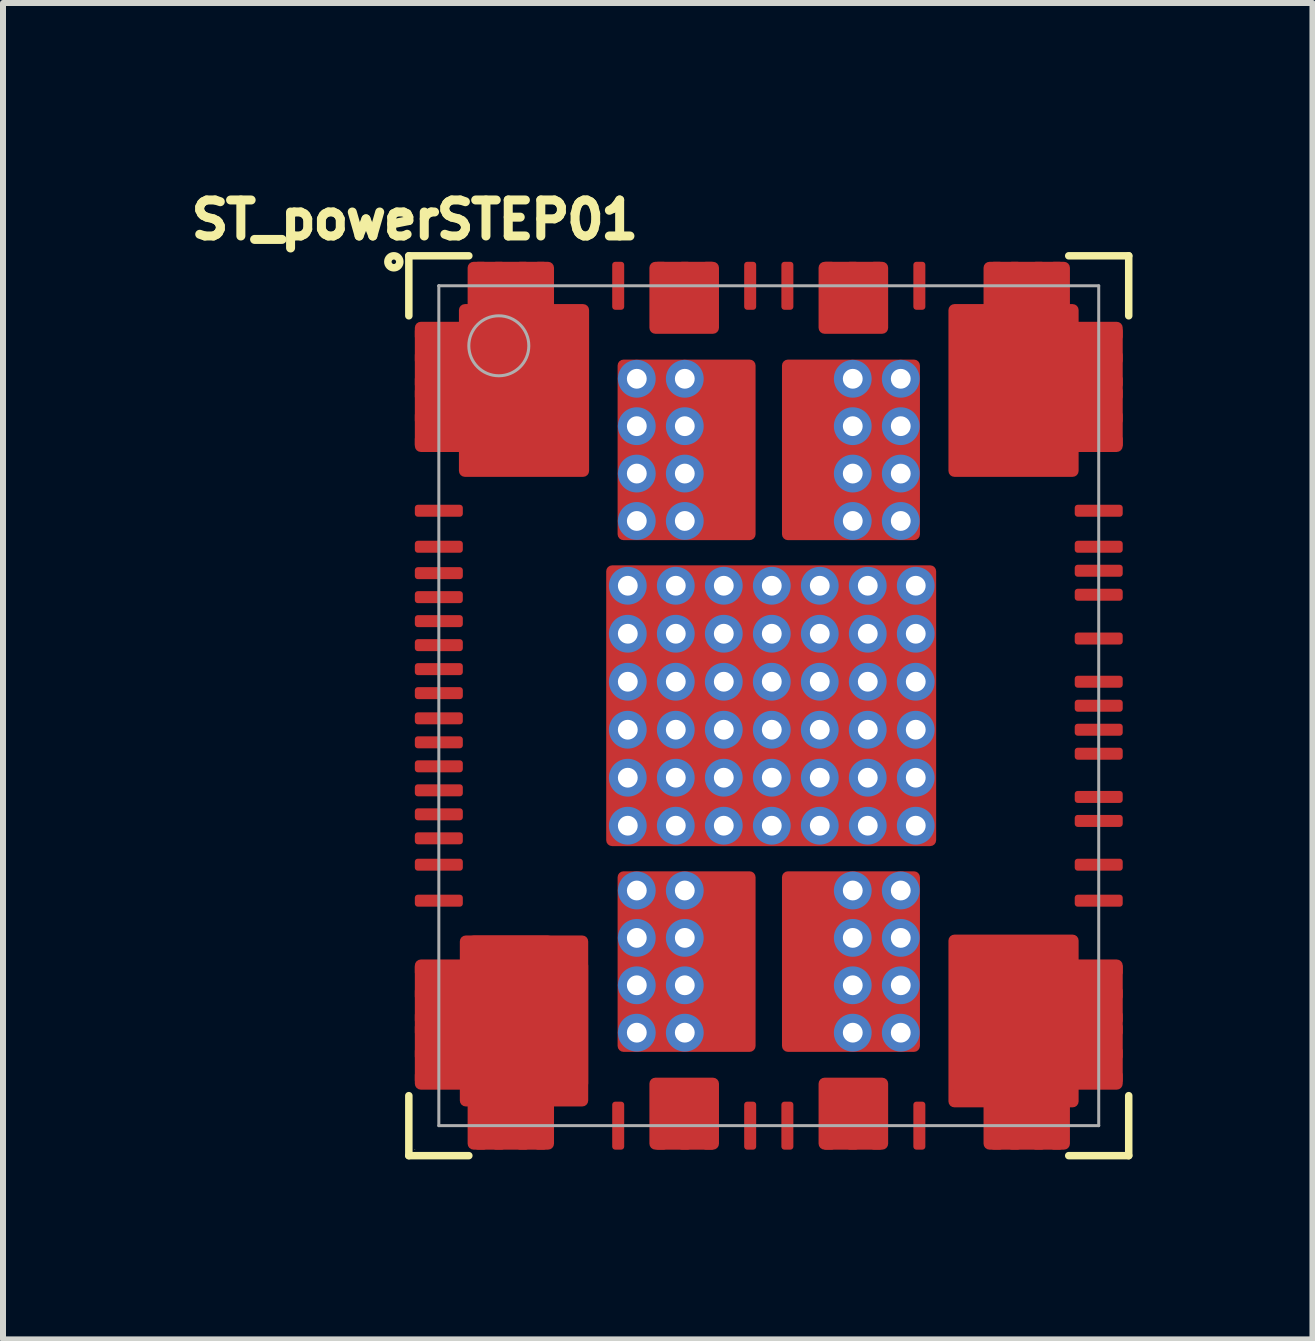
<source format=kicad_pcb>
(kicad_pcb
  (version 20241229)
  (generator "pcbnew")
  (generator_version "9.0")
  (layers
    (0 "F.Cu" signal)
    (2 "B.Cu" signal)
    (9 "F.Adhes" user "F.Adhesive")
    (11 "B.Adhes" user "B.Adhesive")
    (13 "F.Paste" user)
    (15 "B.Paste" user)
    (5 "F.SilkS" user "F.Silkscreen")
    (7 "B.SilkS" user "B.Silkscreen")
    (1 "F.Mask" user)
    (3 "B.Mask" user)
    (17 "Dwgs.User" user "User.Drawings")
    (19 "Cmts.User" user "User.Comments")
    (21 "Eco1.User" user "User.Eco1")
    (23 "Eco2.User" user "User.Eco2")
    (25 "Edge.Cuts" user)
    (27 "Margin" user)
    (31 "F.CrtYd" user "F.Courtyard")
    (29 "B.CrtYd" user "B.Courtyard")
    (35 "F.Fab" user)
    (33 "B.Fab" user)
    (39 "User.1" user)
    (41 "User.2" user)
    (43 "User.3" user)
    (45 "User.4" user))
  (footprint "ST_powerSTEP01"
    (layer "F.Cu")
    (at 9.765 8.714)
    (property "Reference" "ST_powerSTEP01" (at -5.9 -8.1 180) (layer "F.SilkS") (effects (font (size 0.6 0.6) (thickness 0.15))))
    (attr smd)
    (fp_line (start -6 -7.5) (end -6 -6.5) (stroke (width 0.125) (type solid)) (layer "F.SilkS"))
    (fp_line (start -6 -7.5) (end -5 -7.5) (stroke (width 0.125) (type solid)) (layer "F.SilkS"))
    (fp_line (start -6 7.5) (end -6 6.5) (stroke (width 0.125) (type solid)) (layer "F.SilkS"))
    (fp_line (start -6 7.5) (end -5 7.5) (stroke (width 0.125) (type solid)) (layer "F.SilkS"))
    (fp_line (start -5.9 7.4) (end -5.9 7.4) (stroke (width 0.01) (type solid)) (layer "F.SilkS"))
    (fp_line (start 6 -7.5) (end 5 -7.5) (stroke (width 0.125) (type solid)) (layer "F.SilkS"))
    (fp_line (start 6 -7.5) (end 6 -6.5) (stroke (width 0.125) (type solid)) (layer "F.SilkS"))
    (fp_line (start 6 7.5) (end 5 7.5) (stroke (width 0.125) (type solid)) (layer "F.SilkS"))
    (fp_line (start 6 7.5) (end 6 6.5) (stroke (width 0.125) (type solid)) (layer "F.SilkS"))
    (fp_circle (center -6.25 -7.4) (end -6.15 -7.4) (stroke (width 0.125) (type solid)) (fill no) (layer "F.SilkS"))
    (fp_line (start -5.5 -7) (end -5.5 -7) (stroke (width 0.05) (type solid)) (layer "F.Fab"))
    (fp_line (start -5.5 -7) (end 5.5 -7) (stroke (width 0.05) (type solid)) (layer "F.Fab"))
    (fp_line (start -5.5 7) (end -5.5 -7) (stroke (width 0.05) (type solid)) (layer "F.Fab"))
    (fp_line (start 5.5 -7) (end 5.5 7) (stroke (width 0.05) (type solid)) (layer "F.Fab"))
    (fp_line (start 5.5 7) (end -5.5 7) (stroke (width 0.05) (type solid)) (layer "F.Fab"))
    (fp_circle (center -4.5 -6) (end -5 -6) (stroke (width 0.05) (type solid)) (fill no) (layer "F.Fab"))
    (pad "" smd roundrect (at -5.5 -3.25) (size 0.6 0.2) (layers "F.Paste") (roundrect_rratio 0.33))
    (pad "" smd roundrect (at -5.5 -2.65) (size 0.6 0.2) (layers "F.Paste") (roundrect_rratio 0.33))
    (pad "" smd roundrect (at -5.5 -2.21) (size 0.6 0.2) (layers "F.Paste") (roundrect_rratio 0.33))
    (pad "" smd roundrect (at -5.5 -1.81) (size 0.6 0.2) (layers "F.Paste") (roundrect_rratio 0.33))
    (pad "" smd roundrect (at -5.5 -1.41) (size 0.6 0.2) (layers "F.Paste") (roundrect_rratio 0.33))
    (pad "" smd roundrect (at -5.5 -1.01) (size 0.6 0.2) (layers "F.Paste") (roundrect_rratio 0.33))
    (pad "" smd roundrect (at -5.5 -0.61) (size 0.6 0.2) (layers "F.Paste") (roundrect_rratio 0.33))
    (pad "" smd roundrect (at -5.5 -0.21) (size 0.6 0.2) (layers "F.Paste") (roundrect_rratio 0.33))
    (pad "" smd roundrect (at -5.5 0.21 180) (size 0.6 0.2) (layers "F.Paste") (roundrect_rratio 0.33))
    (pad "" smd roundrect (at -5.5 0.61 180) (size 0.6 0.2) (layers "F.Paste") (roundrect_rratio 0.33))
    (pad "" smd roundrect (at -5.5 1.01 180) (size 0.6 0.2) (layers "F.Paste") (roundrect_rratio 0.33))
    (pad "" smd roundrect (at -5.5 1.41 180) (size 0.6 0.2) (layers "F.Paste") (roundrect_rratio 0.33))
    (pad "" smd roundrect (at -5.5 1.81 180) (size 0.6 0.2) (layers "F.Paste") (roundrect_rratio 0.33))
    (pad "" smd roundrect (at -5.5 2.21 180) (size 0.6 0.2) (layers "F.Paste") (roundrect_rratio 0.33))
    (pad "" smd roundrect (at -5.5 2.65 180) (size 0.6 0.2) (layers "F.Paste") (roundrect_rratio 0.33))
    (pad "" smd roundrect (at -5.5 3.25 180) (size 0.6 0.2) (layers "F.Paste") (roundrect_rratio 0.33))
    (pad "" smd roundrect (at -4.7 -6.05) (size 1 1.3) (layers "F.Paste") (roundrect_rratio 0.25))
    (pad "" smd roundrect (at -4.7 -4.45) (size 1 1.3) (layers "F.Paste") (roundrect_rratio 0.25))
    (pad "" smd roundrect (at -4.7 4.45) (size 1 1.3) (layers "F.Paste") (roundrect_rratio 0.25))
    (pad "" smd roundrect (at -4.7 6.05) (size 1 1.3) (layers "F.Paste") (roundrect_rratio 0.25))
    (pad "" smd roundrect (at -3.5 -6.05) (size 1 1.3) (layers "F.Paste") (roundrect_rratio 0.25))
    (pad "" smd roundrect (at -3.5 -4.45) (size 1 1.3) (layers "F.Paste") (roundrect_rratio 0.25))
    (pad "" smd roundrect (at -3.5 4.45) (size 1 1.3) (layers "F.Paste") (roundrect_rratio 0.25))
    (pad "" smd roundrect (at -3.5 6.05) (size 1 1.3) (layers "F.Paste") (roundrect_rratio 0.25))
    (pad "" smd roundrect (at -2.51 -7) (size 0.2 0.6) (layers "F.Paste") (roundrect_rratio 0.33))
    (pad "" smd roundrect (at -2.51 7) (size 0.2 0.6) (layers "F.Paste") (roundrect_rratio 0.33))
    (pad "" smd roundrect (at -2.05 -5.1) (size 1 1.4) (layers "F.Paste") (roundrect_rratio 0.25))
    (pad "" smd roundrect (at -2.05 -3.45) (size 1 1.4) (layers "F.Paste") (roundrect_rratio 0.25))
    (pad "" smd roundrect (at -2.05 3.45) (size 1 1.4) (layers "F.Paste") (roundrect_rratio 0.25))
    (pad "" smd roundrect (at -2.05 5.1) (size 1 1.4) (layers "F.Paste") (roundrect_rratio 0.25))
    (pad "" smd roundrect (at -1.95 -1.3) (size 1.15 1.15) (layers "F.Paste") (roundrect_rratio 0.25))
    (pad "" smd roundrect (at -1.95 0) (size 1.15 1.15) (layers "F.Paste") (roundrect_rratio 0.25))
    (pad "" smd roundrect (at -1.95 1.3) (size 1.15 1.15) (layers "F.Paste") (roundrect_rratio 0.25))
    (pad "" smd roundrect (at -1.41 -6.8) (size 1.16 0.9) (layers "F.Paste") (roundrect_rratio 0.33))
    (pad "" smd roundrect (at -1.41 6.8) (size 1.16 0.9) (layers "F.Paste") (roundrect_rratio 0.33))
    (pad "" smd roundrect (at -0.7 -5.1) (size 1 1.4) (layers "F.Paste") (roundrect_rratio 0.25))
    (pad "" smd roundrect (at -0.7 -3.45) (size 1 1.4) (layers "F.Paste") (roundrect_rratio 0.25))
    (pad "" smd roundrect (at -0.7 3.45) (size 1 1.4) (layers "F.Paste") (roundrect_rratio 0.25))
    (pad "" smd roundrect (at -0.7 5.1) (size 1 1.4) (layers "F.Paste") (roundrect_rratio 0.25))
    (pad "" smd roundrect (at -0.65 -1.3) (size 1.15 1.15) (layers "F.Paste") (roundrect_rratio 0.25))
    (pad "" smd roundrect (at -0.65 0) (size 1.15 1.15) (layers "F.Paste") (roundrect_rratio 0.25))
    (pad "" smd roundrect (at -0.65 1.3) (size 1.15 1.15) (layers "F.Paste") (roundrect_rratio 0.25))
    (pad "" smd roundrect (at -0.31 -7) (size 0.2 0.6) (layers "F.Paste") (roundrect_rratio 0.33))
    (pad "" smd roundrect (at -0.31 7) (size 0.2 0.6) (layers "F.Paste") (roundrect_rratio 0.33))
    (pad "" smd roundrect (at 0.31 -7) (size 0.2 0.6) (layers "F.Paste") (roundrect_rratio 0.33))
    (pad "" smd roundrect (at 0.31 7) (size 0.2 0.6) (layers "F.Paste") (roundrect_rratio 0.33))
    (pad "" smd roundrect (at 0.65 -1.3) (size 1.15 1.15) (layers "F.Paste") (roundrect_rratio 0.25))
    (pad "" smd roundrect (at 0.65 0) (size 1.15 1.15) (layers "F.Paste") (roundrect_rratio 0.25))
    (pad "" smd roundrect (at 0.65 1.3) (size 1.15 1.15) (layers "F.Paste") (roundrect_rratio 0.25))
    (pad "" smd roundrect (at 0.7 -5.1) (size 1 1.4) (layers "F.Paste") (roundrect_rratio 0.25))
    (pad "" smd roundrect (at 0.7 -3.45) (size 1 1.4) (layers "F.Paste") (roundrect_rratio 0.25))
    (pad "" smd roundrect (at 0.7 3.45) (size 1 1.4) (layers "F.Paste") (roundrect_rratio 0.25))
    (pad "" smd roundrect (at 0.7 5.1) (size 1 1.4) (layers "F.Paste") (roundrect_rratio 0.25))
    (pad "" smd roundrect (at 1.41 -6.8) (size 1.16 0.9) (layers "F.Paste") (roundrect_rratio 0.33))
    (pad "" smd roundrect (at 1.41 6.8) (size 1.16 0.9) (layers "F.Paste") (roundrect_rratio 0.33))
    (pad "" smd roundrect (at 1.95 -1.3) (size 1.15 1.15) (layers "F.Paste") (roundrect_rratio 0.25))
    (pad "" smd roundrect (at 1.95 0) (size 1.15 1.15) (layers "F.Paste") (roundrect_rratio 0.25))
    (pad "" smd roundrect (at 1.95 1.3) (size 1.15 1.15) (layers "F.Paste") (roundrect_rratio 0.25))
    (pad "" smd roundrect (at 2.05 -5.1) (size 1 1.4) (layers "F.Paste") (roundrect_rratio 0.25))
    (pad "" smd roundrect (at 2.05 -3.45) (size 1 1.4) (layers "F.Paste") (roundrect_rratio 0.25))
    (pad "" smd roundrect (at 2.05 3.45) (size 1 1.4) (layers "F.Paste") (roundrect_rratio 0.25))
    (pad "" smd roundrect (at 2.05 5.1) (size 1 1.4) (layers "F.Paste") (roundrect_rratio 0.25))
    (pad "" smd roundrect (at 2.51 -7) (size 0.2 0.6) (layers "F.Paste") (roundrect_rratio 0.33))
    (pad "" smd roundrect (at 2.51 7) (size 0.2 0.6) (layers "F.Paste") (roundrect_rratio 0.33))
    (pad "" smd roundrect (at 3.5 -6.05) (size 1 1.3) (layers "F.Paste") (roundrect_rratio 0.25))
    (pad "" smd roundrect (at 3.5 -4.45) (size 1 1.3) (layers "F.Paste") (roundrect_rratio 0.25))
    (pad "" smd roundrect (at 3.5 4.45) (size 1 1.3) (layers "F.Paste") (roundrect_rratio 0.25))
    (pad "" smd roundrect (at 3.5 6.05) (size 1 1.3) (layers "F.Paste") (roundrect_rratio 0.25))
    (pad "" smd roundrect (at 4.7 -6.05) (size 1 1.3) (layers "F.Paste") (roundrect_rratio 0.25))
    (pad "" smd roundrect (at 4.7 -4.45) (size 1 1.3) (layers "F.Paste") (roundrect_rratio 0.25))
    (pad "" smd roundrect (at 4.7 4.45) (size 1 1.3) (layers "F.Paste") (roundrect_rratio 0.25))
    (pad "" smd roundrect (at 4.7 6.05) (size 1 1.3) (layers "F.Paste") (roundrect_rratio 0.25))
    (pad "" smd roundrect (at 5.5 -3.25 180) (size 0.6 0.2) (layers "F.Paste") (roundrect_rratio 0.33))
    (pad "" smd roundrect (at 5.5 -2.65 180) (size 0.6 0.2) (layers "F.Paste") (roundrect_rratio 0.33))
    (pad "" smd roundrect (at 5.5 -2.25 180) (size 0.6 0.2) (layers "F.Paste") (roundrect_rratio 0.33))
    (pad "" smd roundrect (at 5.5 -1.85 180) (size 0.6 0.2) (layers "F.Paste") (roundrect_rratio 0.33))
    (pad "" smd roundrect (at 5.5 -1.12 180) (size 0.6 0.2) (layers "F.Paste") (roundrect_rratio 0.33))
    (pad "" smd roundrect (at 5.5 -0.4 180) (size 0.6 0.2) (layers "F.Paste") (roundrect_rratio 0.33))
    (pad "" smd roundrect (at 5.5 0 180) (size 0.6 0.2) (layers "F.Paste") (roundrect_rratio 0.33))
    (pad "" smd roundrect (at 5.5 0.4 180) (size 0.6 0.2) (layers "F.Paste") (roundrect_rratio 0.33))
    (pad "" smd roundrect (at 5.5 0.8 180) (size 0.6 0.2) (layers "F.Paste") (roundrect_rratio 0.33))
    (pad "" smd roundrect (at 5.5 1.52 180) (size 0.6 0.2) (layers "F.Paste") (roundrect_rratio 0.33))
    (pad "" smd roundrect (at 5.5 1.92 180) (size 0.6 0.2) (layers "F.Paste") (roundrect_rratio 0.33))
    (pad "" smd roundrect (at 5.5 2.65 180) (size 0.6 0.2) (layers "F.Paste") (roundrect_rratio 0.33))
    (pad "" smd roundrect (at 5.5 3.25 180) (size 0.6 0.2) (layers "F.Paste") (roundrect_rratio 0.33))
    (pad "1" smd roundrect (at -5.5 -6.2) (size 0.8 0.2) (layers "F.Cu" "F.Mask") (roundrect_rratio 0.25))
    (pad "2" smd roundrect (at -5.5 -5.8) (size 0.8 0.2) (layers "F.Cu" "F.Mask") (roundrect_rratio 0.25))
    (pad "3" smd roundrect (at -5.5 -5.4) (size 0.8 0.2) (layers "F.Cu" "F.Mask") (roundrect_rratio 0.25))
    (pad "4" smd roundrect (at -5.5 -5.2) (size 0.8 0.2) (layers "F.Cu" "F.Mask") (roundrect_rratio 0.25))
    (pad "5" smd roundrect (at -5.5 -4.8) (size 0.8 0.2) (layers "F.Cu" "F.Mask") (roundrect_rratio 0.25))
    (pad "6" smd roundrect (at -5.5 -4.4) (size 0.8 0.2) (layers "F.Cu" "F.Mask") (roundrect_rratio 0.25))
    (pad "7" smd roundrect (at -5.5 -3.25) (size 0.8 0.2) (layers "F.Cu" "F.Mask") (roundrect_rratio 0.25))
    (pad "8" smd roundrect (at -5.5 -2.65) (size 0.8 0.2) (layers "F.Cu" "F.Mask") (roundrect_rratio 0.25))
    (pad "9" smd roundrect (at -5.5 -2.21) (size 0.8 0.2) (layers "F.Cu" "F.Mask") (roundrect_rratio 0.25))
    (pad "10" smd roundrect (at -5.5 -1.81) (size 0.8 0.2) (layers "F.Cu" "F.Mask") (roundrect_rratio 0.25))
    (pad "11" smd roundrect (at -5.5 -1.41) (size 0.8 0.2) (layers "F.Cu" "F.Mask") (roundrect_rratio 0.25))
    (pad "12" smd roundrect (at -5.5 -1.01) (size 0.8 0.2) (layers "F.Cu" "F.Mask") (roundrect_rratio 0.25))
    (pad "13" smd roundrect (at -5.5 -0.61) (size 0.8 0.2) (layers "F.Cu" "F.Mask") (roundrect_rratio 0.25))
    (pad "14" smd roundrect (at -5.5 -0.21) (size 0.8 0.2) (layers "F.Cu" "F.Mask") (roundrect_rratio 0.25))
    (pad "15" smd roundrect (at -5.5 0.21 180) (size 0.8 0.2) (layers "F.Cu" "F.Mask") (roundrect_rratio 0.25))
    (pad "16" smd roundrect (at -5.5 0.61 180) (size 0.8 0.2) (layers "F.Cu" "F.Mask") (roundrect_rratio 0.25))
    (pad "17" smd roundrect (at -5.5 1.01 180) (size 0.8 0.2) (layers "F.Cu" "F.Mask") (roundrect_rratio 0.25))
    (pad "18" smd roundrect (at -5.5 1.41 180) (size 0.8 0.2) (layers "F.Cu" "F.Mask") (roundrect_rratio 0.25))
    (pad "19" smd roundrect (at -5.5 1.81 180) (size 0.8 0.2) (layers "F.Cu" "F.Mask") (roundrect_rratio 0.25))
    (pad "20" smd roundrect (at -5.5 2.21 180) (size 0.8 0.2) (layers "F.Cu" "F.Mask") (roundrect_rratio 0.25))
    (pad "21" smd roundrect (at -5.5 2.65 180) (size 0.8 0.2) (layers "F.Cu" "F.Mask") (roundrect_rratio 0.25))
    (pad "22" smd roundrect (at -5.5 3.25 180) (size 0.8 0.2) (layers "F.Cu" "F.Mask") (roundrect_rratio 0.25))
    (pad "23" smd roundrect (at -5.5 4.4) (size 0.8 0.2) (layers "F.Cu" "F.Mask") (roundrect_rratio 0.25))
    (pad "24" smd roundrect (at -5.5 4.8) (size 0.8 0.2) (layers "F.Cu" "F.Mask") (roundrect_rratio 0.25))
    (pad "25" smd roundrect (at -5.5 5.2) (size 0.8 0.2) (layers "F.Cu" "F.Mask") (roundrect_rratio 0.25))
    (pad "26" smd roundrect (at -5.5 5.4) (size 0.8 0.2) (layers "F.Cu" "F.Mask") (roundrect_rratio 0.25))
    (pad "27" smd roundrect (at -5.5 5.8) (size 0.8 0.2) (layers "F.Cu" "F.Mask") (roundrect_rratio 0.25))
    (pad "28" smd roundrect (at -5.5 6.2) (size 0.8 0.2) (layers "F.Cu" "F.Mask") (roundrect_rratio 0.25))
    (pad "29" smd roundrect (at -4.8 7) (size 0.2 0.8) (layers "F.Cu" "F.Mask") (roundrect_rratio 0.25))
    (pad "30" smd roundrect (at -4.5 7) (size 0.2 0.8) (layers "F.Cu" "F.Mask") (roundrect_rratio 0.25))
    (pad "31" smd roundrect (at -4.1 7) (size 0.2 0.8) (layers "F.Cu" "F.Mask") (roundrect_rratio 0.25))
    (pad "32" smd roundrect (at -3.8 7) (size 0.2 0.8) (layers "F.Cu" "F.Mask") (roundrect_rratio 0.25))
    (pad "33" smd roundrect (at -2.51 7) (size 0.2 0.8) (layers "F.Cu" "F.Mask") (roundrect_rratio 0.25))
    (pad "34" smd roundrect (at -1.8 7) (size 0.2 0.8) (layers "F.Cu" "F.Mask") (roundrect_rratio 0.25))
    (pad "35" smd roundrect (at -1.4 7) (size 0.2 0.8) (layers "F.Cu" "F.Mask") (roundrect_rratio 0.25))
    (pad "36" smd roundrect (at -1 7) (size 0.2 0.8) (layers "F.Cu" "F.Mask") (roundrect_rratio 0.25))
    (pad "37" smd roundrect (at -0.31 7) (size 0.2 0.8) (layers "F.Cu" "F.Mask") (roundrect_rratio 0.25))
    (pad "38" smd roundrect (at 0.31 7) (size 0.2 0.8) (layers "F.Cu" "F.Mask") (roundrect_rratio 0.25))
    (pad "39" smd roundrect (at 1 7) (size 0.2 0.8) (layers "F.Cu" "F.Mask") (roundrect_rratio 0.25))
    (pad "40" smd roundrect (at 1.4 7) (size 0.2 0.8) (layers "F.Cu" "F.Mask") (roundrect_rratio 0.25))
    (pad "41" smd roundrect (at 1.8 7) (size 0.2 0.8) (layers "F.Cu" "F.Mask") (roundrect_rratio 0.25))
    (pad "42" smd roundrect (at 2.51 7) (size 0.2 0.8) (layers "F.Cu" "F.Mask") (roundrect_rratio 0.25))
    (pad "43" smd roundrect (at 3.8 7) (size 0.2 0.8) (layers "F.Cu" "F.Mask") (roundrect_rratio 0.25))
    (pad "44" smd roundrect (at 4.1 7) (size 0.2 0.8) (layers "F.Cu" "F.Mask") (roundrect_rratio 0.25))
    (pad "45" smd roundrect (at 4.5 7) (size 0.2 0.8) (layers "F.Cu" "F.Mask") (roundrect_rratio 0.25))
    (pad "46" smd roundrect (at 4.8 7) (size 0.2 0.8) (layers "F.Cu" "F.Mask") (roundrect_rratio 0.25))
    (pad "47" smd roundrect (at 5.5 6.2) (size 0.8 0.2) (layers "F.Cu" "F.Mask") (roundrect_rratio 0.25))
    (pad "48" smd roundrect (at 5.5 5.8) (size 0.8 0.2) (layers "F.Cu" "F.Mask") (roundrect_rratio 0.25))
    (pad "49" smd roundrect (at 5.5 5.4) (size 0.8 0.2) (layers "F.Cu" "F.Mask") (roundrect_rratio 0.25))
    (pad "50" smd roundrect (at 5.5 5.2) (size 0.8 0.2) (layers "F.Cu" "F.Mask") (roundrect_rratio 0.25))
    (pad "51" smd roundrect (at 5.5 4.8) (size 0.8 0.2) (layers "F.Cu" "F.Mask") (roundrect_rratio 0.25))
    (pad "52" smd roundrect (at 5.5 4.4) (size 0.8 0.2) (layers "F.Cu" "F.Mask") (roundrect_rratio 0.25))
    (pad "53" smd roundrect (at 5.5 3.25 180) (size 0.8 0.2) (layers "F.Cu" "F.Mask") (roundrect_rratio 0.25))
    (pad "54" smd roundrect (at 5.5 2.65 180) (size 0.8 0.2) (layers "F.Cu" "F.Mask") (roundrect_rratio 0.25))
    (pad "55" smd roundrect (at 5.5 1.92 180) (size 0.8 0.2) (layers "F.Cu" "F.Mask") (roundrect_rratio 0.25))
    (pad "56" smd roundrect (at 5.5 1.52 180) (size 0.8 0.2) (layers "F.Cu" "F.Mask") (roundrect_rratio 0.25))
    (pad "57" smd roundrect (at 5.5 0.8 180) (size 0.8 0.2) (layers "F.Cu" "F.Mask") (roundrect_rratio 0.25))
    (pad "58" smd roundrect (at 5.5 0.4 180) (size 0.8 0.2) (layers "F.Cu" "F.Mask") (roundrect_rratio 0.25))
    (pad "59" smd roundrect (at 5.5 0 180) (size 0.8 0.2) (layers "F.Cu" "F.Mask") (roundrect_rratio 0.25))
    (pad "60" smd roundrect (at 5.5 -0.4 180) (size 0.8 0.2) (layers "F.Cu" "F.Mask") (roundrect_rratio 0.25))
    (pad "61" smd roundrect (at 5.5 -1.12 180) (size 0.8 0.2) (layers "F.Cu" "F.Mask") (roundrect_rratio 0.25))
    (pad "62" smd roundrect (at 5.5 -1.85 180) (size 0.8 0.2) (layers "F.Cu" "F.Mask") (roundrect_rratio 0.25))
    (pad "63" smd roundrect (at 5.5 -2.25 180) (size 0.8 0.2) (layers "F.Cu" "F.Mask") (roundrect_rratio 0.25))
    (pad "64" smd roundrect (at 5.5 -2.65 180) (size 0.8 0.2) (layers "F.Cu" "F.Mask") (roundrect_rratio 0.25))
    (pad "65" smd roundrect (at 5.5 -3.25 180) (size 0.8 0.2) (layers "F.Cu" "F.Mask") (roundrect_rratio 0.25))
    (pad "66" smd roundrect (at 5.5 -4.4) (size 0.8 0.2) (layers "F.Cu" "F.Mask") (roundrect_rratio 0.25))
    (pad "67" smd roundrect (at 5.5 -4.8) (size 0.8 0.2) (layers "F.Cu" "F.Mask") (roundrect_rratio 0.25))
    (pad "68" smd roundrect (at 5.5 -5.2) (size 0.8 0.2) (layers "F.Cu" "F.Mask") (roundrect_rratio 0.25))
    (pad "69" smd roundrect (at 5.5 -5.4) (size 0.8 0.2) (layers "F.Cu" "F.Mask") (roundrect_rratio 0.25))
    (pad "70" smd roundrect (at 5.5 -5.8) (size 0.8 0.2) (layers "F.Cu" "F.Mask") (roundrect_rratio 0.25))
    (pad "71" smd roundrect (at 5.5 -6.2) (size 0.8 0.2) (layers "F.Cu" "F.Mask") (roundrect_rratio 0.25))
    (pad "72" smd roundrect (at 4.8 -7) (size 0.2 0.8) (layers "F.Cu" "F.Mask") (roundrect_rratio 0.25))
    (pad "73" smd roundrect (at 4.5 -7) (size 0.2 0.8) (layers "F.Cu" "F.Mask") (roundrect_rratio 0.25))
    (pad "74" smd roundrect (at 4.1 -7) (size 0.2 0.8) (layers "F.Cu" "F.Mask") (roundrect_rratio 0.25))
    (pad "75" smd roundrect (at 3.8 -7) (size 0.2 0.8) (layers "F.Cu" "F.Mask") (roundrect_rratio 0.25))
    (pad "76" smd roundrect (at 2.51 -7) (size 0.2 0.8) (layers "F.Cu" "F.Mask") (roundrect_rratio 0.25))
    (pad "77" smd roundrect (at 1.8 -7) (size 0.2 0.8) (layers "F.Cu" "F.Mask") (roundrect_rratio 0.25))
    (pad "78" smd roundrect (at 1.4 -7) (size 0.2 0.8) (layers "F.Cu" "F.Mask") (roundrect_rratio 0.25))
    (pad "79" smd roundrect (at 1 -7) (size 0.2 0.8) (layers "F.Cu" "F.Mask") (roundrect_rratio 0.25))
    (pad "80" smd roundrect (at 0.31 -7) (size 0.2 0.8) (layers "F.Cu" "F.Mask") (roundrect_rratio 0.25))
    (pad "81" smd roundrect (at -0.31 -7) (size 0.2 0.8) (layers "F.Cu" "F.Mask") (roundrect_rratio 0.25))
    (pad "82" smd roundrect (at -1 -7) (size 0.2 0.8) (layers "F.Cu" "F.Mask") (roundrect_rratio 0.25))
    (pad "83" smd roundrect (at -1.4 -7) (size 0.2 0.8) (layers "F.Cu" "F.Mask") (roundrect_rratio 0.25))
    (pad "84" smd roundrect (at -1.8 -7) (size 0.2 0.8) (layers "F.Cu" "F.Mask") (roundrect_rratio 0.25))
    (pad "85" smd roundrect (at -2.51 -7) (size 0.2 0.8) (layers "F.Cu" "F.Mask") (roundrect_rratio 0.25))
    (pad "86" smd roundrect (at -3.8 -7) (size 0.2 0.8) (layers "F.Cu" "F.Mask") (roundrect_rratio 0.25))
    (pad "87" smd roundrect (at -4.1 -7) (size 0.2 0.8) (layers "F.Cu" "F.Mask") (roundrect_rratio 0.25))
    (pad "88" smd roundrect (at -4.5 -7) (size 0.2 0.8) (layers "F.Cu" "F.Mask") (roundrect_rratio 0.25))
    (pad "89" smd roundrect (at -4.8 -7) (size 0.2 0.8) (layers "F.Cu" "F.Mask") (roundrect_rratio 0.25))
    (pad "E1" smd roundrect (at -4.455 -5.315) (size 2.89 2.17) (layers "F.Cu" "F.Mask") (roundrect_rratio 0.046))
    (pad "E1" smd roundrect (at -4.3 -5.615) (size 1.44 3.57) (layers "F.Cu" "F.Mask") (roundrect_rratio 0.069))
    (pad "E1" smd roundrect (at -4.08 -5.255) (size 2.17 2.88) (layers "F.Cu" "F.Mask") (roundrect_rratio 0.046))
    (pad "E2" smd roundrect (at -4.455 5.315) (size 2.89 2.17) (layers "F.Cu" "F.Mask") (roundrect_rratio 0.046))
    (pad "E2" smd roundrect (at -4.3 5.615) (size 1.44 3.57) (layers "F.Cu" "F.Mask") (roundrect_rratio 0.069))
    (pad "E2" smd roundrect (at -4.08 5.255) (size 2.14 2.85) (layers "F.Cu" "F.Mask") (roundrect_rratio 0.046))
    (pad "E3" thru_hole circle (at -2.2 3.08) (size 0.63 0.63) (drill 0.33) (layers "*.Cu"))
    (pad "E3" thru_hole circle (at -2.2 3.87) (size 0.63 0.63) (drill 0.33) (layers "*.Cu"))
    (pad "E3" thru_hole circle (at -2.2 4.66) (size 0.63 0.63) (drill 0.33) (layers "*.Cu"))
    (pad "E3" thru_hole circle (at -2.2 5.45) (size 0.63 0.63) (drill 0.33) (layers "*.Cu"))
    (pad "E3" thru_hole circle (at -1.4 3.08) (size 0.63 0.63) (drill 0.33) (layers "*.Cu"))
    (pad "E3" thru_hole circle (at -1.4 3.87) (size 0.63 0.63) (drill 0.33) (layers "*.Cu"))
    (pad "E3" thru_hole circle (at -1.4 4.66) (size 0.63 0.63) (drill 0.33) (layers "*.Cu"))
    (pad "E3" thru_hole circle (at -1.4 5.45) (size 0.63 0.63) (drill 0.33) (layers "*.Cu"))
    (pad "E3" smd roundrect (at -1.37 4.265) (size 2.3 3.01) (layers "F.Cu" "F.Mask") (roundrect_rratio 0.043))
    (pad "E4" smd roundrect (at 1.37 4.265) (size 2.3 3.01) (layers "F.Cu" "F.Mask") (roundrect_rratio 0.043))
    (pad "E4" thru_hole circle (at 1.4 3.08) (size 0.63 0.63) (drill 0.33) (layers "*.Cu"))
    (pad "E4" thru_hole circle (at 1.4 3.87) (size 0.63 0.63) (drill 0.33) (layers "*.Cu"))
    (pad "E4" thru_hole circle (at 1.4 4.66) (size 0.63 0.63) (drill 0.33) (layers "*.Cu"))
    (pad "E4" thru_hole circle (at 1.4 5.45) (size 0.63 0.63) (drill 0.33) (layers "*.Cu"))
    (pad "E4" thru_hole circle (at 2.2 3.08) (size 0.63 0.63) (drill 0.33) (layers "*.Cu"))
    (pad "E4" thru_hole circle (at 2.2 3.87) (size 0.63 0.63) (drill 0.33) (layers "*.Cu"))
    (pad "E4" thru_hole circle (at 2.2 4.66) (size 0.63 0.63) (drill 0.33) (layers "*.Cu"))
    (pad "E4" thru_hole circle (at 2.2 5.45) (size 0.63 0.63) (drill 0.33) (layers "*.Cu"))
    (pad "E5" smd roundrect (at 4.08 5.255) (size 2.17 2.88) (layers "F.Cu" "F.Mask") (roundrect_rratio 0.046))
    (pad "E5" smd roundrect (at 4.3 5.615) (size 1.44 3.57) (layers "F.Cu" "F.Mask") (roundrect_rratio 0.069))
    (pad "E5" smd roundrect (at 4.455 5.315) (size 2.89 2.17) (layers "F.Cu" "F.Mask") (roundrect_rratio 0.046))
    (pad "E6" smd roundrect (at 4.08 -5.255) (size 2.17 2.88) (layers "F.Cu" "F.Mask") (roundrect_rratio 0.046))
    (pad "E6" smd roundrect (at 4.3 -5.615) (size 1.44 3.57) (layers "F.Cu" "F.Mask") (roundrect_rratio 0.069))
    (pad "E6" smd roundrect (at 4.455 -5.315) (size 2.89 2.17) (layers "F.Cu" "F.Mask") (roundrect_rratio 0.046))
    (pad "E7" smd roundrect (at 1.37 -4.265) (size 2.3 3.01) (layers "F.Cu" "F.Mask") (roundrect_rratio 0.043))
    (pad "E7" thru_hole circle (at 1.4 -5.45) (size 0.63 0.63) (drill 0.33) (layers "*.Cu"))
    (pad "E7" thru_hole circle (at 1.4 -4.66) (size 0.63 0.63) (drill 0.33) (layers "*.Cu"))
    (pad "E7" thru_hole circle (at 1.4 -3.87) (size 0.63 0.63) (drill 0.33) (layers "*.Cu"))
    (pad "E7" thru_hole circle (at 1.4 -3.08) (size 0.63 0.63) (drill 0.33) (layers "*.Cu"))
    (pad "E7" thru_hole circle (at 2.2 -5.45) (size 0.63 0.63) (drill 0.33) (layers "*.Cu"))
    (pad "E7" thru_hole circle (at 2.2 -4.66) (size 0.63 0.63) (drill 0.33) (layers "*.Cu"))
    (pad "E7" thru_hole circle (at 2.2 -3.87) (size 0.63 0.63) (drill 0.33) (layers "*.Cu"))
    (pad "E7" thru_hole circle (at 2.2 -3.08) (size 0.63 0.63) (drill 0.33) (layers "*.Cu"))
    (pad "E8" thru_hole circle (at -2.2 -5.45) (size 0.63 0.63) (drill 0.33) (layers "*.Cu"))
    (pad "E8" thru_hole circle (at -2.2 -4.66) (size 0.63 0.63) (drill 0.33) (layers "*.Cu"))
    (pad "E8" thru_hole circle (at -2.2 -3.87) (size 0.63 0.63) (drill 0.33) (layers "*.Cu"))
    (pad "E8" thru_hole circle (at -2.2 -3.08) (size 0.63 0.63) (drill 0.33) (layers "*.Cu"))
    (pad "E8" thru_hole circle (at -1.4 -5.45) (size 0.63 0.63) (drill 0.33) (layers "*.Cu"))
    (pad "E8" thru_hole circle (at -1.4 -4.66) (size 0.63 0.63) (drill 0.33) (layers "*.Cu"))
    (pad "E8" thru_hole circle (at -1.4 -3.87) (size 0.63 0.63) (drill 0.33) (layers "*.Cu"))
    (pad "E8" thru_hole circle (at -1.4 -3.08) (size 0.63 0.63) (drill 0.33) (layers "*.Cu"))
    (pad "E8" smd roundrect (at -1.37 -4.265) (size 2.3 3.01) (layers "F.Cu" "F.Mask") (roundrect_rratio 0.043))
    (pad "E9" thru_hole circle (at -2.35 -2) (size 0.63 0.63) (drill 0.33) (layers "*.Cu"))
    (pad "E9" thru_hole circle (at -2.35 -1.2) (size 0.63 0.63) (drill 0.33) (layers "*.Cu"))
    (pad "E9" thru_hole circle (at -2.35 -0.4) (size 0.63 0.63) (drill 0.33) (layers "*.Cu"))
    (pad "E9" thru_hole circle (at -2.35 0.4) (size 0.63 0.63) (drill 0.33) (layers "*.Cu"))
    (pad "E9" thru_hole circle (at -2.35 1.2) (size 0.63 0.63) (drill 0.33) (layers "*.Cu"))
    (pad "E9" thru_hole circle (at -2.35 2) (size 0.63 0.63) (drill 0.33) (layers "*.Cu"))
    (pad "E9" thru_hole circle (at -1.55 -2) (size 0.63 0.63) (drill 0.33) (layers "*.Cu"))
    (pad "E9" thru_hole circle (at -1.55 -1.2) (size 0.63 0.63) (drill 0.33) (layers "*.Cu"))
    (pad "E9" thru_hole circle (at -1.55 -0.4) (size 0.63 0.63) (drill 0.33) (layers "*.Cu"))
    (pad "E9" thru_hole circle (at -1.55 0.4) (size 0.63 0.63) (drill 0.33) (layers "*.Cu"))
    (pad "E9" thru_hole circle (at -1.55 1.2) (size 0.63 0.63) (drill 0.33) (layers "*.Cu"))
    (pad "E9" thru_hole circle (at -1.55 2) (size 0.63 0.63) (drill 0.33) (layers "*.Cu"))
    (pad "E9" thru_hole circle (at -0.75 -2) (size 0.63 0.63) (drill 0.33) (layers "*.Cu"))
    (pad "E9" thru_hole circle (at -0.75 -1.2) (size 0.63 0.63) (drill 0.33) (layers "*.Cu"))
    (pad "E9" thru_hole circle (at -0.75 -0.4) (size 0.63 0.63) (drill 0.33) (layers "*.Cu"))
    (pad "E9" thru_hole circle (at -0.75 0.4) (size 0.63 0.63) (drill 0.33) (layers "*.Cu"))
    (pad "E9" thru_hole circle (at -0.75 1.2) (size 0.63 0.63) (drill 0.33) (layers "*.Cu"))
    (pad "E9" thru_hole circle (at -0.75 2) (size 0.63 0.63) (drill 0.33) (layers "*.Cu"))
    (pad "E9" smd roundrect (at 0.04 0) (size 5.5 4.68) (layers "F.Cu" "F.Mask") (roundrect_rratio 0.021))
    (pad "E9" thru_hole circle (at 0.05 -2) (size 0.63 0.63) (drill 0.33) (layers "*.Cu"))
    (pad "E9" thru_hole circle (at 0.05 -1.2) (size 0.63 0.63) (drill 0.33) (layers "*.Cu"))
    (pad "E9" thru_hole circle (at 0.05 -0.4) (size 0.63 0.63) (drill 0.33) (layers "*.Cu"))
    (pad "E9" thru_hole circle (at 0.05 0.4) (size 0.63 0.63) (drill 0.33) (layers "*.Cu"))
    (pad "E9" thru_hole circle (at 0.05 1.2) (size 0.63 0.63) (drill 0.33) (layers "*.Cu"))
    (pad "E9" thru_hole circle (at 0.05 2) (size 0.63 0.63) (drill 0.33) (layers "*.Cu"))
    (pad "E9" thru_hole circle (at 0.85 -2) (size 0.63 0.63) (drill 0.33) (layers "*.Cu"))
    (pad "E9" thru_hole circle (at 0.85 -1.2) (size 0.63 0.63) (drill 0.33) (layers "*.Cu"))
    (pad "E9" thru_hole circle (at 0.85 -0.4) (size 0.63 0.63) (drill 0.33) (layers "*.Cu"))
    (pad "E9" thru_hole circle (at 0.85 0.4) (size 0.63 0.63) (drill 0.33) (layers "*.Cu"))
    (pad "E9" thru_hole circle (at 0.85 1.2) (size 0.63 0.63) (drill 0.33) (layers "*.Cu"))
    (pad "E9" thru_hole circle (at 0.85 2) (size 0.63 0.63) (drill 0.33) (layers "*.Cu"))
    (pad "E9" thru_hole circle (at 1.65 -2) (size 0.63 0.63) (drill 0.33) (layers "*.Cu"))
    (pad "E9" thru_hole circle (at 1.65 -1.2) (size 0.63 0.63) (drill 0.33) (layers "*.Cu"))
    (pad "E9" thru_hole circle (at 1.65 -0.4) (size 0.63 0.63) (drill 0.33) (layers "*.Cu"))
    (pad "E9" thru_hole circle (at 1.65 0.4) (size 0.63 0.63) (drill 0.33) (layers "*.Cu"))
    (pad "E9" thru_hole circle (at 1.65 1.2) (size 0.63 0.63) (drill 0.33) (layers "*.Cu"))
    (pad "E9" thru_hole circle (at 1.65 2) (size 0.63 0.63) (drill 0.33) (layers "*.Cu"))
    (pad "E9" thru_hole circle (at 2.45 -2) (size 0.63 0.63) (drill 0.33) (layers "*.Cu"))
    (pad "E9" thru_hole circle (at 2.45 -1.2) (size 0.63 0.63) (drill 0.33) (layers "*.Cu"))
    (pad "E9" thru_hole circle (at 2.45 -0.4) (size 0.63 0.63) (drill 0.33) (layers "*.Cu"))
    (pad "E9" thru_hole circle (at 2.45 0.4) (size 0.63 0.63) (drill 0.33) (layers "*.Cu"))
    (pad "E9" thru_hole circle (at 2.45 1.2) (size 0.63 0.63) (drill 0.33) (layers "*.Cu"))
    (pad "E9" thru_hole circle (at 2.45 2) (size 0.63 0.63) (drill 0.33) (layers "*.Cu"))
    (pad "E10" smd roundrect (at -1.41 6.8) (size 1.16 1.2) (layers "F.Cu" "F.Mask") (roundrect_rratio 0.086))
    (pad "E11" smd roundrect (at 1.41 6.8) (size 1.16 1.2) (layers "F.Cu" "F.Mask") (roundrect_rratio 0.086))
    (pad "E12" smd roundrect (at 1.41 -6.8) (size 1.16 1.2) (layers "F.Cu" "F.Mask") (roundrect_rratio 0.086))
    (pad "E13" smd roundrect (at -1.41 -6.8) (size 1.16 1.2) (layers "F.Cu" "F.Mask") (roundrect_rratio 0.086)))
  (gr_rect
    (start -3 -3)
    (end 18.828 19.277)
    (stroke (width 0.1) (type default))
    (fill no)
    (layer "Edge.Cuts")))
</source>
